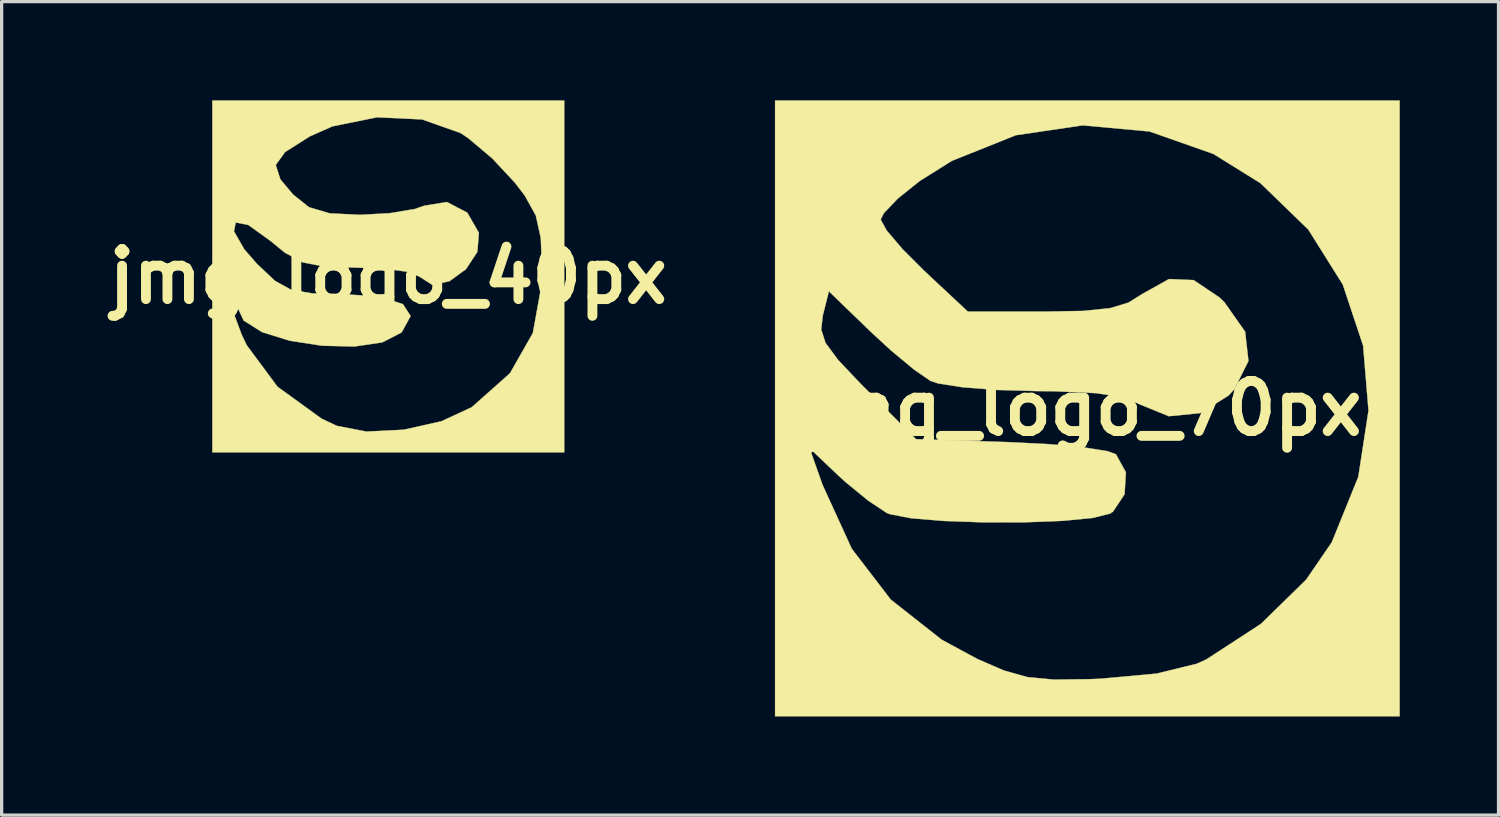
<source format=kicad_pcb>
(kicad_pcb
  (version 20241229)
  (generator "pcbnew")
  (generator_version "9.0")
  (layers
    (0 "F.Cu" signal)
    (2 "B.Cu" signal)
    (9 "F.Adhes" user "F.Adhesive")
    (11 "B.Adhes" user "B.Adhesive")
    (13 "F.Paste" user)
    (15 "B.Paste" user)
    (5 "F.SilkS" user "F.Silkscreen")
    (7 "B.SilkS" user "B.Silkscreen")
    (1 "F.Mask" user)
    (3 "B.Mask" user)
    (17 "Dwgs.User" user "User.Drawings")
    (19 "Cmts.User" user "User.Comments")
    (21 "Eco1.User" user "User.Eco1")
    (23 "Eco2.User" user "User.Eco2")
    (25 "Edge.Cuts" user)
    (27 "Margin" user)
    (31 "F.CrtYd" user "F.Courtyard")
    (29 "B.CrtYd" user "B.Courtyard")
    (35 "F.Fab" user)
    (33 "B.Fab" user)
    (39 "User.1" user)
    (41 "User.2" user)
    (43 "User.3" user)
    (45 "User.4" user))
  (footprint "jmg_logo_70px"
    (layer "F.Cu")
    (at 29.867 9.363)
    (property "Reference" "jmg_logo_70px" (at 0 0 0) (layer "F.SilkS") (effects (font (size 1.524 1.524) (thickness 0.3))))
    (attr through_hole)
    (fp_poly (pts (xy 9.625 9.358) (xy -9.358 9.358) (xy -9.358 1.212) (xy -8.309 1.212) (xy -7.92 2.314) (xy -7.028 4.265) (xy -5.843 5.811) (xy -4.293 7.032) (xy -3.208 7.618) (xy -2.399 7.969) (xy -1.688 8.168) (xy -0.88 8.244) (xy 0.22 8.23) (xy 0.535 8.217) (xy 2.238 8.061) (xy 3.455 7.763) (xy 3.743 7.635) (xy 5.408 6.551) (xy 6.784 5.206) (xy 7.563 4.069) (xy 8.369 2.08) (xy 8.679 0.064) (xy 8.515 -1.908) (xy 7.897 -3.765) (xy 6.849 -5.435) (xy 5.391 -6.848) (xy 3.963 -7.735) (xy 2.023 -8.417) (xy -0.008 -8.603) (xy -2.041 -8.303) (xy -3.985 -7.524) (xy -4.959 -6.914) (xy -5.62 -6.385) (xy -6.052 -5.935) (xy -6.149 -5.74) (xy -5.966 -5.407) (xy -5.487 -4.844) (xy -4.824 -4.181) (xy -3.499 -2.941) (xy -1.19 -2.941) (xy 0.016 -2.963) (xy 0.828 -3.047) (xy 1.385 -3.216) (xy 1.799 -3.476) (xy 2.615 -3.931) (xy 3.365 -3.899) (xy 4.153 -3.369) (xy 4.298 -3.229) (xy 4.929 -2.331) (xy 5.03 -1.441) (xy 4.602 -0.584) (xy 4.424 -0.389) (xy 3.568 0.143) (xy 2.61 0.238) (xy 1.726 -0.122) (xy 1.722 -0.125) (xy 1.238 -0.334) (xy 0.402 -0.463) (xy -0.863 -0.521) (xy -1.421 -0.526) (xy -2.616 -0.56) (xy -3.661 -0.642) (xy -4.404 -0.759) (xy -4.63 -0.833) (xy -5.127 -1.174) (xy -5.832 -1.759) (xy -6.468 -2.345) (xy -7.723 -3.559) (xy -7.908 -2.821) (xy -7.957 -2.401) (xy -7.826 -1.992) (xy -7.447 -1.478) (xy -6.752 -0.742) (xy -6.584 -0.574) (xy -5.075 0.936) (xy -2.203 1.028) (xy -0.993 1.09) (xy 0.033 1.186) (xy 0.747 1.302) (xy 1.003 1.395) (xy 1.304 1.94) (xy 1.265 2.61) (xy 0.913 3.139) (xy 0.82 3.199) (xy 0.29 3.331) (xy -0.627 3.419) (xy -1.783 3.463) (xy -3.033 3.464) (xy -4.229 3.422) (xy -5.226 3.339) (xy -5.877 3.213) (xy -5.967 3.176) (xy -6.527 2.804) (xy -7.218 2.239) (xy -7.43 2.045) (xy -8.309 1.212) (xy -9.358 1.212) (xy -9.358 -9.358) (xy 9.625 -9.358) (xy 9.625 9.358)) (stroke (width 0.01) (type solid)) (fill yes) (layer "F.SilkS")))
  (footprint "jmg_logo_40px"
    (layer "F.Cu")
    (at 8.752 5.352)
    (property "Reference" "jmg_logo_40px" (at 0 0 0) (layer "F.SilkS") (effects (font (size 1.524 1.524) (thickness 0.3))))
    (attr through_hole)
    (fp_poly (pts (xy 5.347 5.347) (xy -5.347 5.347) (xy -5.347 0.865) (xy -4.698 0.865) (xy -4.679 1.172) (xy -4.456 1.771) (xy -4.303 2.091) (xy -3.367 3.353) (xy -2.031 4.321) (xy -1.565 4.542) (xy -0.664 4.716) (xy 0.473 4.659) (xy 1.616 4.402) (xy 2.534 3.977) (xy 2.536 3.976) (xy 3.699 2.943) (xy 4.394 1.721) (xy 4.666 0.219) (xy 4.674 -0.163) (xy 4.636 -1.164) (xy 4.483 -1.856) (xy 4.145 -2.462) (xy 3.844 -2.855) (xy 3.16 -3.587) (xy 2.428 -4.205) (xy 2.194 -4.36) (xy 1.026 -4.772) (xy -0.34 -4.837) (xy -1.698 -4.562) (xy -2.391 -4.254) (xy -3.135 -3.782) (xy -3.42 -3.389) (xy -3.281 -2.951) (xy -2.894 -2.49) (xy -2.412 -2.104) (xy -1.784 -1.918) (xy -0.872 -1.872) (xy 0.047 -1.922) (xy 0.808 -2.05) (xy 1.087 -2.148) (xy 1.782 -2.261) (xy 2.402 -1.938) (xy 2.754 -1.325) (xy 2.707 -0.746) (xy 2.362 -0.221) (xy 1.857 0.147) (xy 1.335 0.255) (xy 0.936 0.000075) (xy 0.936 0) (xy 0.602 -0.138) (xy -0.107 -0.235) (xy -0.942 -0.267) (xy -1.936 -0.297) (xy -2.601 -0.427) (xy -3.143 -0.722) (xy -3.579 -1.078) (xy -4.253 -1.563) (xy -4.636 -1.64) (xy -4.691 -1.374) (xy -4.38 -0.828) (xy -3.988 -0.378) (xy -3.447 0.132) (xy -2.955 0.406) (xy -2.309 0.516) (xy -1.451 0.535) (xy -0.273 0.613) (xy 0.443 0.841) (xy 0.679 1.203) (xy 0.413 1.688) (xy 0.391 1.71) (xy -0.18 2.004) (xy -1.028 2.13) (xy -2.015 2.106) (xy -2.999 1.954) (xy -3.839 1.692) (xy -4.397 1.34) (xy -4.545 1.018) (xy -4.641 0.831) (xy -4.698 0.865) (xy -5.347 0.865) (xy -5.347 -5.347) (xy 5.347 -5.347) (xy 5.347 5.347)) (stroke (width 0.01) (type solid)) (fill yes) (layer "F.SilkS")))
  (gr_rect
    (start -3 -3)
    (end 42.498 21.726)
    (stroke (width 0.1) (type default))
    (fill no)
    (layer "Edge.Cuts")))
</source>
